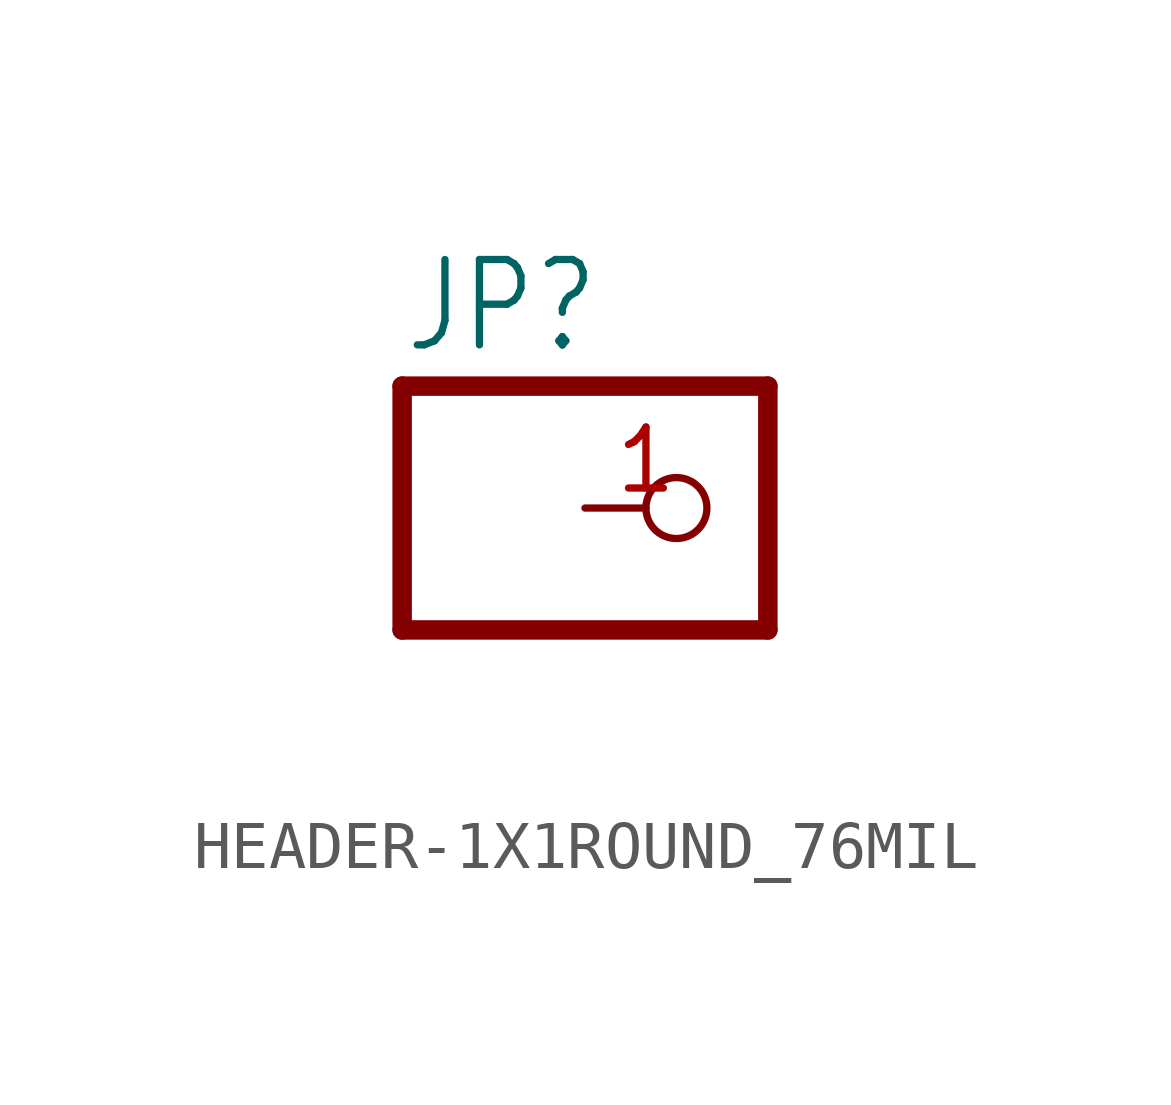
<source format=kicad_sym>
(kicad_symbol_lib
  (version 20220914)
  (generator kicad_symbol_editor)
  (symbol "HEADER-1X1ROUND_76MIL"
    (property "Reference" "JP"
      (at -6.35 3.175 0)
      (effects (font (size 1.778 1.511)) (justify left bottom)))
    (property "Value" ""
      (at -6.35 -5.08 0)
      (effects (font (size 1.778 1.511)) (justify left bottom)))
    (property "ki_locked" ""
      (at 0 0 0)
      (effects (font (size 1.27 1.27))))
    (symbol "HEADER-1X1ROUND_76MIL_1_0"
      (polyline (pts (xy -6.35 -2.54) (xy 1.27 -2.54)) (stroke (width 0.406) (type solid)) (fill (type none)))
      (polyline (pts (xy -6.35 2.54) (xy -6.35 -2.54)) (stroke (width 0.406) (type solid)) (fill (type none)))
      (polyline (pts (xy 1.27 -2.54) (xy 1.27 2.54)) (stroke (width 0.406) (type solid)) (fill (type none)))
      (polyline (pts (xy 1.27 2.54) (xy -6.35 2.54)) (stroke (width 0.406) (type solid)) (fill (type none)))
      (pin passive inverted (at -2.54 0 0) (length 2.54) (name "1" (effects (font (size 0 0)))) (number "1" (effects (font (size 1.27 1.27))))))))
</source>
